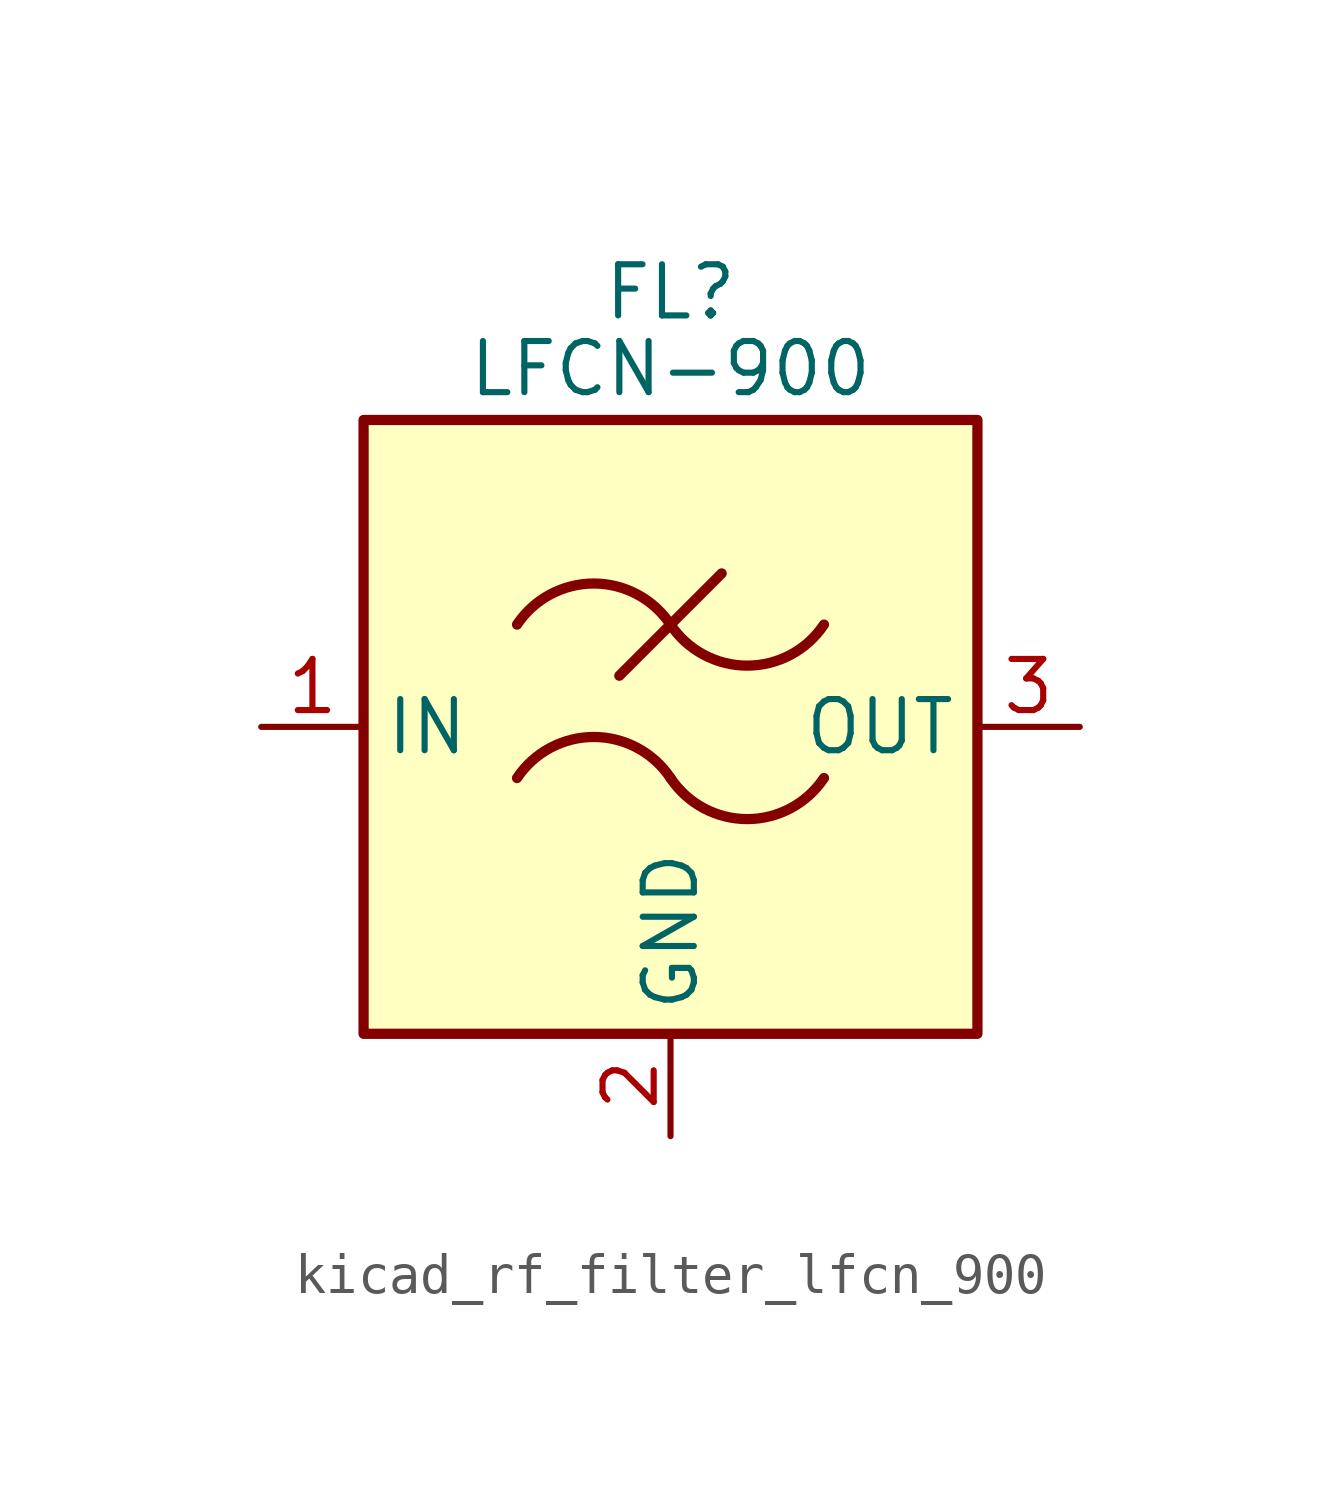
<source format=kicad_sym>
(kicad_symbol_lib
  (version 20220914)
  (generator kicad_symbol_editor)
  (symbol "kicad_rf_filter_lfcn_900"
    (property "Reference" "FL"
      (at 0 10.795 0)
      (effects (font (size 1.27 1.27))))
    (property "Value" "LFCN-900"
      (at 0 8.89 0)
      (effects (font (size 1.27 1.27))))
    (symbol "kicad_rf_filter_lfcn_900_0_1"
      (rectangle (start -7.62 7.62) (end 7.62 -7.62) (stroke (width 0.254) (type default)) (fill (type background)))
      (arc (start 0 -1.27) (mid -1.905 -0.2505) (end -3.81 -1.27) (stroke (width 0.254) (type default)) (fill (type none)))
      (arc (start 0 -1.27) (mid 1.905 -2.2895) (end 3.81 -1.27) (stroke (width 0.254) (type default)) (fill (type none)))
      (polyline (pts (xy -1.27 1.27) (xy 1.27 3.81)) (stroke (width 0.254) (type default)) (fill (type none)))
      (arc (start 0 2.54) (mid -1.905 3.5595) (end -3.81 2.54) (stroke (width 0.254) (type default)) (fill (type none)))
      (arc (start 0 2.54) (mid 1.905 1.5205) (end 3.81 2.54) (stroke (width 0.254) (type default)) (fill (type none))))
    (symbol "kicad_rf_filter_lfcn_900_1_1"
      (pin passive line (at -10.16 0 0) (length 2.54) (name "IN" (effects (font (size 1.27 1.27)))) (number "1" (effects (font (size 1.27 1.27)))))
      (pin passive line (at 0 -10.16 90) (length 2.54) (name "GND" (effects (font (size 1.27 1.27)))) (number "2" (effects (font (size 1.27 1.27)))))
      (pin passive line (at 10.16 0 180) (length 2.54) (name "OUT" (effects (font (size 1.27 1.27)))) (number "3" (effects (font (size 1.27 1.27)))))
      (pin passive line (at 0 -10.16 90) (length 2.54) hide (name "GND" (effects (font (size 1.27 1.27)))) (number "4" (effects (font (size 1.27 1.27))))))))
</source>
